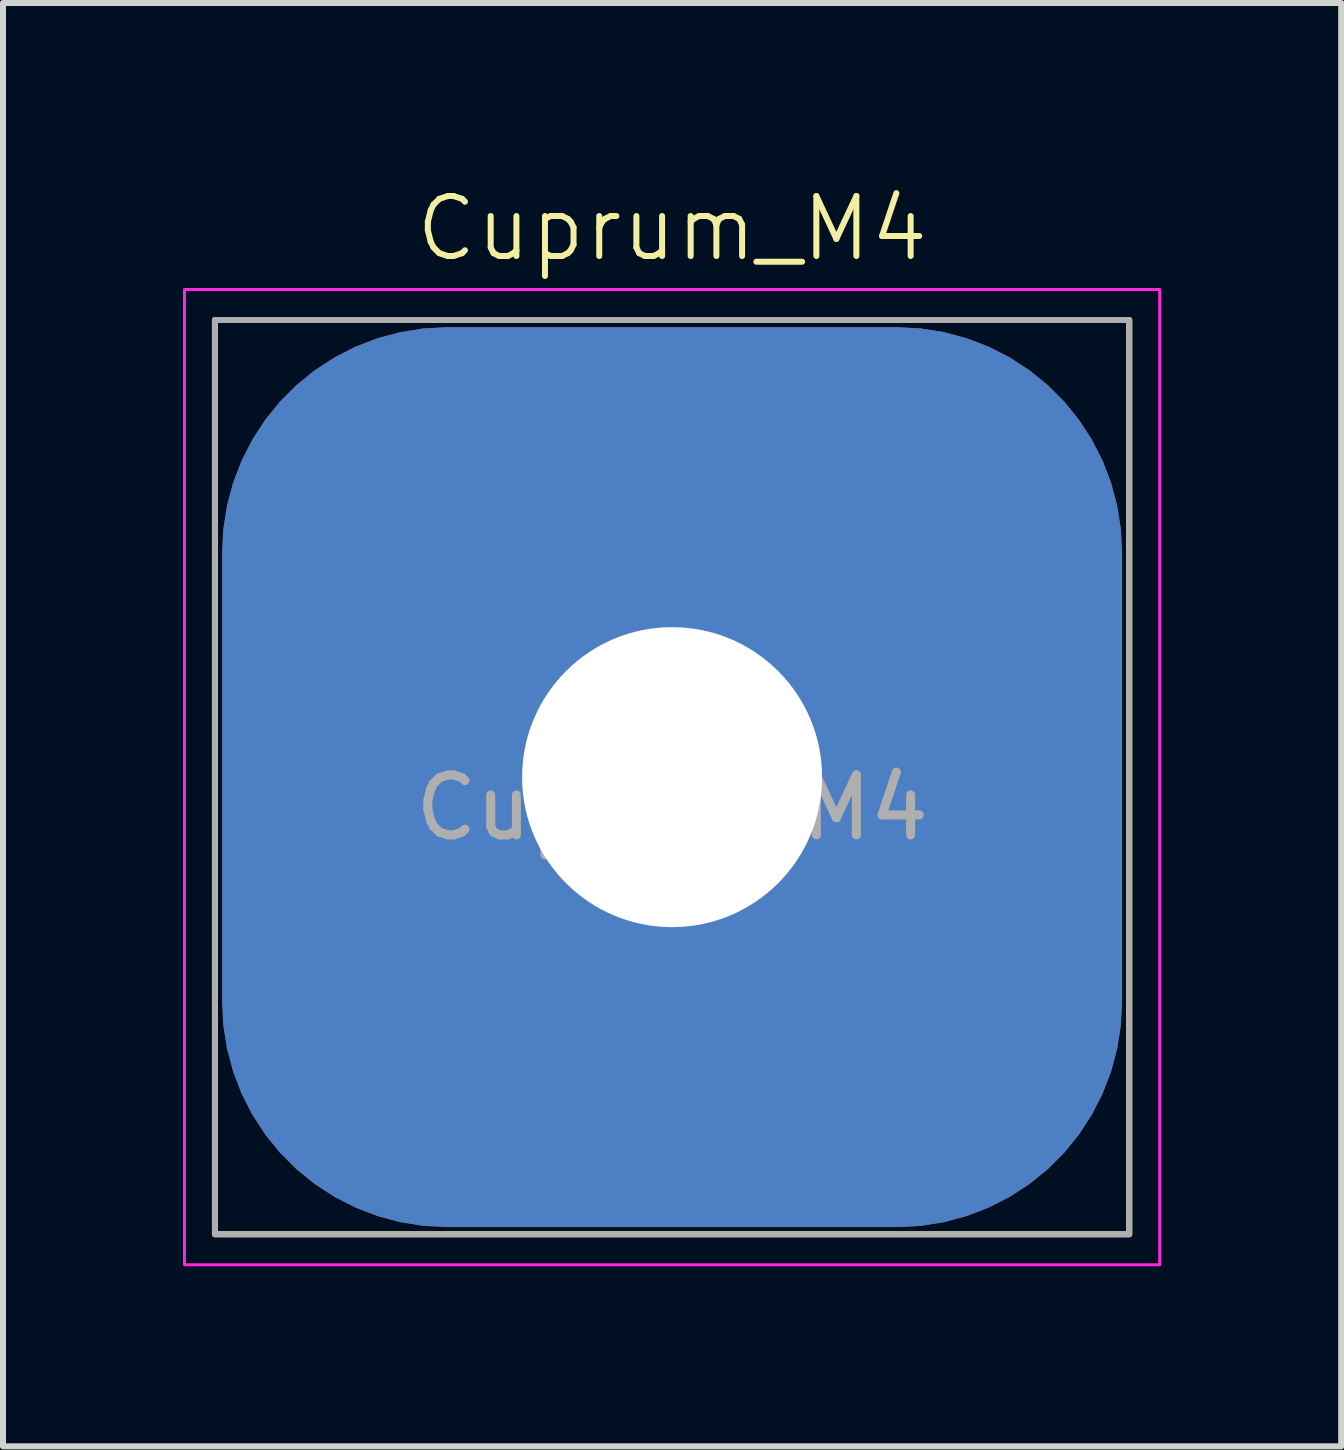
<source format=kicad_pcb>
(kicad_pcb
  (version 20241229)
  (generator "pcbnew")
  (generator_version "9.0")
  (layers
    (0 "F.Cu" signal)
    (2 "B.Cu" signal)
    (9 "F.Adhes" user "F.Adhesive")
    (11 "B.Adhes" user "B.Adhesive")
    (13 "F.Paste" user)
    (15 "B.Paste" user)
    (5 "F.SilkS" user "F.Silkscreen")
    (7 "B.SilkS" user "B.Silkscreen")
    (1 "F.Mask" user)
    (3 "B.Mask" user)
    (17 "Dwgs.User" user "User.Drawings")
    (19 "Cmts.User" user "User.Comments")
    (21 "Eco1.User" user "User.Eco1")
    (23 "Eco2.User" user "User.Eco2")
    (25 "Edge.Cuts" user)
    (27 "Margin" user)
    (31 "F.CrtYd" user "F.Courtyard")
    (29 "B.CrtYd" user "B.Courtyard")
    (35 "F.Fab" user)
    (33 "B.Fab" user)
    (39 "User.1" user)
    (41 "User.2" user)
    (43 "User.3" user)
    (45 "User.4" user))
  (footprint "Cuprum_M4"
    (layer "F.Cu")
    (at 8.153 10.412)
    (property "Reference" "Cuprum_M4" (at 0 -9.652 0) (unlocked yes) (layer "F.SilkS") (effects (font (size 1 1) (thickness 0.1))))
    (attr smd)
    (fp_rect (start -7.62 -8.128) (end 7.62 7.112) (stroke (width 0.1) (type default)) (fill no) (layer "F.SilkS"))
    (fp_rect (start -8.128 -8.636) (end 8.128 7.62) (stroke (width 0.05) (type default)) (fill no) (layer "F.CrtYd"))
    (fp_rect (start -7.62 -8.128) (end 7.62 7.112) (stroke (width 0.1) (type default)) (fill no) (layer "F.Fab"))
    (fp_text user "${REFERENCE}" (at 0 0 0) (unlocked yes) (layer "F.Fab") (effects (font (size 1 1) (thickness 0.15))))
    (pad "1" thru_hole roundrect (at 0 -0.508) (size 15 15) (drill 5) (layers "*.Cu" "*.Mask") (roundrect_rratio 0.25)))
  (gr_rect
    (start -3 -3)
    (end 19.306 21.058)
    (stroke (width 0.1) (type default))
    (fill no)
    (layer "Edge.Cuts")))
</source>
